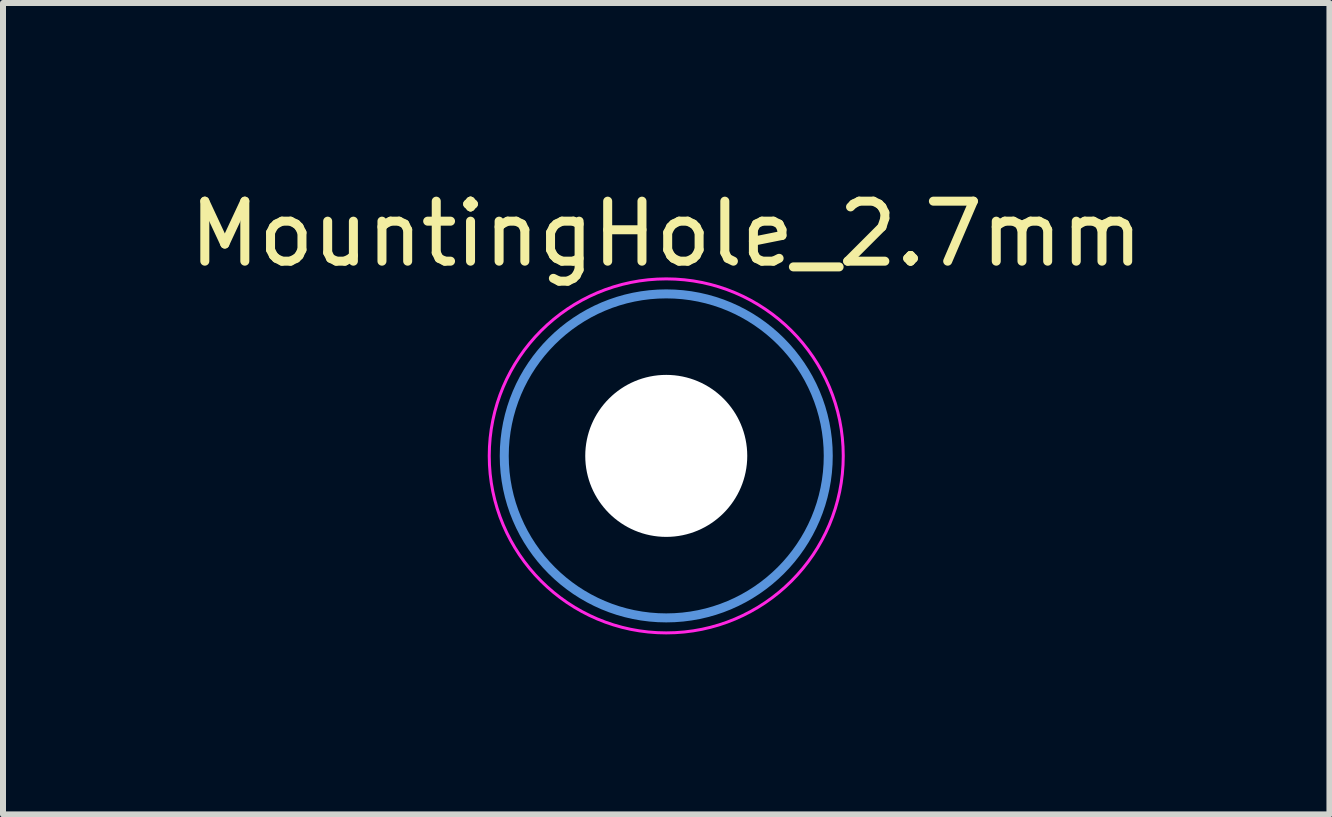
<source format=kicad_pcb>
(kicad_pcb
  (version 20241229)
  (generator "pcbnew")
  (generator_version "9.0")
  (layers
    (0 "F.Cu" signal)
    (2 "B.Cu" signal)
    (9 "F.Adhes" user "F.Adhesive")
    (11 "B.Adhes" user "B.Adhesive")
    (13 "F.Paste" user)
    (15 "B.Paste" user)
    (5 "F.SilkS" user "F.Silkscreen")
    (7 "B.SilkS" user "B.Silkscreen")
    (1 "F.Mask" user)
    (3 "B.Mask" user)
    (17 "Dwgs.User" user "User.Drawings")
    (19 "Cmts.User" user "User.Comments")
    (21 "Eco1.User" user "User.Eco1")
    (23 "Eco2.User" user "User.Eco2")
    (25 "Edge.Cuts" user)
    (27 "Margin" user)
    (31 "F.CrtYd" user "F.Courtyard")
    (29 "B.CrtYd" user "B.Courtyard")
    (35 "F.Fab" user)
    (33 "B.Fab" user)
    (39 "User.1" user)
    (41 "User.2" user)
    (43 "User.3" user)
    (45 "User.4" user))
  (footprint "MountingHole_2.7mm"
    (layer "F.Cu")
    (at 8.054 4.548)
    (property "Reference" "MountingHole_2.7mm" (at 0 -3.7 0) (layer "F.SilkS") (effects (font (size 1 1) (thickness 0.15))))
    (attr through_hole)
    (fp_circle (center 0 0) (end 2.7 0) (stroke (width 0.15) (type solid)) (fill no) (layer "Cmts.User"))
    (fp_circle (center 0 0) (end 2.95 0) (stroke (width 0.05) (type solid)) (fill no) (layer "F.CrtYd"))
    (pad "" np_thru_hole circle (at 0 0) (size 2.7 2.7) (drill 2.7) (layers "*.Cu" "*.Mask")))
  (gr_rect
    (start -3 -3)
    (end 19.107 10.523)
    (stroke (width 0.1) (type default))
    (fill no)
    (layer "Edge.Cuts")))
</source>
